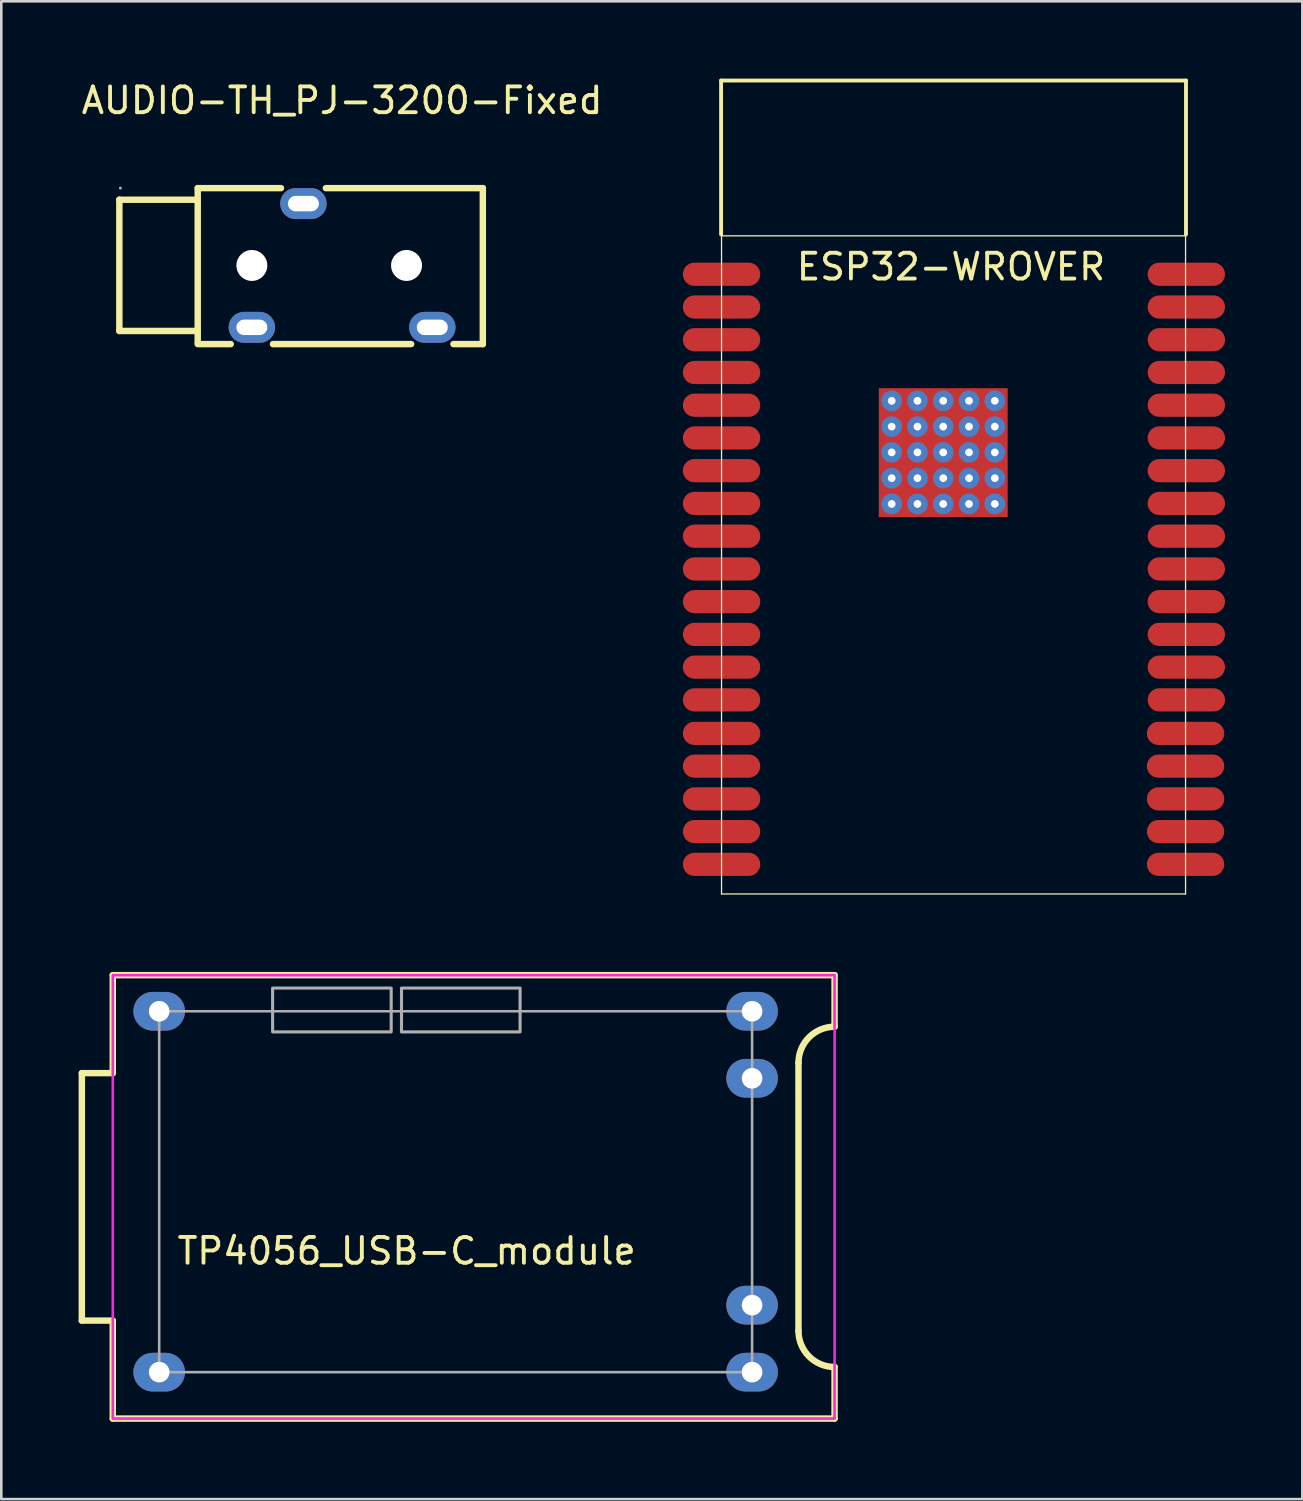
<source format=kicad_pcb>
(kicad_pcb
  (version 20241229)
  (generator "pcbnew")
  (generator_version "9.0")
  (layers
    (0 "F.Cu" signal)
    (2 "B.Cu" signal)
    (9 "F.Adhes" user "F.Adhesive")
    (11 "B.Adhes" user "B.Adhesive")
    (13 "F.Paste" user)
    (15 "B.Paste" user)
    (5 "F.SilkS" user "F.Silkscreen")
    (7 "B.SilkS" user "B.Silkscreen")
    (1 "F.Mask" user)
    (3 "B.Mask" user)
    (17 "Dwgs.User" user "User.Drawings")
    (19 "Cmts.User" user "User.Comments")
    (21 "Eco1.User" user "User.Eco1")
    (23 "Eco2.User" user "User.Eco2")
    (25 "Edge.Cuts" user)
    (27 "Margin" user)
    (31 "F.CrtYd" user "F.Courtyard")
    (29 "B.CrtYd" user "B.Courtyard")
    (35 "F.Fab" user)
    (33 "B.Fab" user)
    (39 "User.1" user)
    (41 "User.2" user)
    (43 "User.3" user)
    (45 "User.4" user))
  (footprint "AUDIO-TH_PJ-3200-Fixed"
    (layer "F.Cu")
    (at 10.22 7.248)
    (property "Reference" "AUDIO-TH_PJ-3200-Fixed" (at 0 -6.4 180) (layer "F.SilkS") (effects (font (size 1 1) (thickness 0.15))))
    (attr through_hole)
    (fp_line (start -8.64 -2.55) (end -8.64 2.54) (stroke (width 0.25) (type solid)) (layer "F.SilkS"))
    (fp_line (start -8.64 2.54) (end -5.6 2.54) (stroke (width 0.25) (type solid)) (layer "F.SilkS"))
    (fp_line (start -5.6 -3) (end -5.6 3) (stroke (width 0.25) (type solid)) (layer "F.SilkS"))
    (fp_line (start -5.6 -3) (end -2.37 -3) (stroke (width 0.25) (type solid)) (layer "F.SilkS"))
    (fp_line (start -5.6 -2.55) (end -8.64 -2.55) (stroke (width 0.25) (type solid)) (layer "F.SilkS"))
    (fp_line (start -4.32 3.05) (end -5.6 3.05) (stroke (width 0.25) (type solid)) (layer "F.SilkS"))
    (fp_line (start -0.63 -3) (end 5.46 -3) (stroke (width 0.25) (type solid)) (layer "F.SilkS"))
    (fp_line (start 2.68 3.05) (end -2.68 3.05) (stroke (width 0.25) (type solid)) (layer "F.SilkS"))
    (fp_line (start 5.46 -3) (end 5.46 3.05) (stroke (width 0.25) (type solid)) (layer "F.SilkS"))
    (fp_line (start 5.46 3.05) (end 4.32 3.05) (stroke (width 0.25) (type solid)) (layer "F.SilkS"))
    (fp_circle (center -3.5 0) (end -3.31 0) (stroke (width 0.38) (type solid)) (fill no) (layer "Cmts.User"))
    (fp_circle (center 2.5 0) (end 2.69 0) (stroke (width 0.38) (type solid)) (fill no) (layer "Cmts.User"))
    (fp_circle (center -8.6 -3) (end -8.57 -3) (stroke (width 0.06) (type solid)) (fill no) (layer "F.Fab"))
    (pad "" np_thru_hole circle (at -3.5 0) (size 1.2 1.2) (drill 1.2) (layers "*.Cu" "*.Mask"))
    (pad "" np_thru_hole circle (at 2.5 0) (size 1.2 1.2) (drill 1.2) (layers "*.Cu" "*.Mask"))
    (pad "2" thru_hole oval (at -1.5 -2.4) (size 1.8 1.2) (drill oval 1.2 0.6) (layers "*.Cu" "*.Mask"))
    (pad "3" thru_hole oval (at -3.5 2.4) (size 1.8 1.2) (drill oval 1.2 0.6) (layers "*.Cu" "*.Mask"))
    (pad "4" thru_hole oval (at 3.5 2.4) (size 1.8 1.2) (drill oval 1.2 0.6) (layers "*.Cu" "*.Mask")))
  (footprint "TP4056_USB-C_module"
    (layer "F.Cu")
    (at 12.725 45.979)
    (property "Reference" "TP4056_USB-C_module" (at 0 -0.5 0) (unlocked yes) (layer "F.SilkS") (effects (font (size 1 1) (thickness 0.15))))
    (attr through_hole)
    (fp_line (start -12.6 -7.4) (end -12.6 2.2) (stroke (width 0.25) (type default)) (layer "F.SilkS"))
    (fp_line (start -12.6 2.2) (end -11.4 2.2) (stroke (width 0.25) (type default)) (layer "F.SilkS"))
    (fp_line (start -11.4 -11.2) (end -11.4 -7.4) (stroke (width 0.25) (type default)) (layer "F.SilkS"))
    (fp_line (start -11.4 -7.4) (end -12.6 -7.4) (stroke (width 0.25) (type default)) (layer "F.SilkS"))
    (fp_line (start -11.4 2.2) (end -11.4 6) (stroke (width 0.25) (type default)) (layer "F.SilkS"))
    (fp_line (start -11.4 6) (end 16.6 6) (stroke (width 0.25) (type default)) (layer "F.SilkS"))
    (fp_line (start 15.2 2.6) (end 15.2 -7.8) (stroke (width 0.25) (type default)) (layer "F.SilkS"))
    (fp_line (start 16.6 -11.2) (end -11.4 -11.2) (stroke (width 0.25) (type default)) (layer "F.SilkS"))
    (fp_line (start 16.6 -11.2) (end 16.6 -9.2) (stroke (width 0.25) (type default)) (layer "F.SilkS"))
    (fp_line (start 16.6 6) (end 16.6 4) (stroke (width 0.25) (type default)) (layer "F.SilkS"))
    (fp_arc (start 15.2 -7.8) (mid 15.610051 -8.789949) (end 16.6 -9.2) (stroke (width 0.25) (type default)) (layer "F.SilkS"))
    (fp_arc (start 16.6 4) (mid 15.610051 3.589949) (end 15.2 2.6) (stroke (width 0.25) (type default)) (layer "F.SilkS"))
    (fp_rect (start -11.4 -11.2) (end 16.6 6) (stroke (width 0.1) (type default)) (fill no) (layer "F.CrtYd"))
    (fp_rect (start -9.6 -9.8) (end 13.4 4.2) (stroke (width 0.1) (type default)) (fill no) (layer "F.Fab"))
    (fp_rect (start -5.2 -10.7) (end -0.6 -9) (stroke (width 0.12) (type default)) (fill no) (layer "F.Fab"))
    (fp_rect (start -0.2 -10.7) (end 4.4 -9) (stroke (width 0.12) (type default)) (fill no) (layer "F.Fab"))
    (pad "1" thru_hole oval (at 13.4 -9.8) (size 2 1.5) (drill 0.8) (layers "*.Cu" "*.Mask"))
    (pad "2" thru_hole oval (at 13.4 -7.2) (size 2 1.5) (drill 0.8) (layers "*.Cu" "*.Mask"))
    (pad "3" thru_hole oval (at 13.4 1.6) (size 2 1.5) (drill 0.8) (layers "*.Cu" "*.Mask"))
    (pad "4" thru_hole oval (at 13.4 4.2) (size 2 1.5) (drill 0.8) (layers "*.Cu" "*.Mask"))
    (pad "5" thru_hole oval (at -9.6 4.2) (size 2 1.5) (drill 0.8) (layers "*.Cu" "*.Mask"))
    (pad "6" thru_hole oval (at -9.6 -9.8) (size 2 1.5) (drill 0.8) (layers "*.Cu" "*.Mask")))
  (footprint "ESP32-WROVER"
    (layer "F.Cu")
    (at 33.94 6.679)
    (property "Reference" "ESP32-WROVER" (at -0.1 0.62 0) (layer "F.SilkS") (effects (font (size 1 1) (thickness 0.15))))
    (attr smd)
    (fp_line (start -9.017 -0.635) (end -9.017 -6.604) (stroke (width 0.15) (type solid)) (layer "F.SilkS"))
    (fp_line (start -9 -0.58) (end 9 -0.58) (stroke (width 0.05) (type solid)) (layer "F.SilkS"))
    (fp_line (start -9 24.95) (end -9 -0.58) (stroke (width 0.05) (type solid)) (layer "F.SilkS"))
    (fp_line (start 9 -0.58) (end 9 24.95) (stroke (width 0.05) (type solid)) (layer "F.SilkS"))
    (fp_line (start 9 24.95) (end -9 24.95) (stroke (width 0.05) (type solid)) (layer "F.SilkS"))
    (fp_line (start 9.017 -6.604) (end -9.017 -6.604) (stroke (width 0.15) (type solid)) (layer "F.SilkS"))
    (fp_line (start 9.017 -0.635) (end 9.017 -6.604) (stroke (width 0.15) (type solid)) (layer "F.SilkS"))
    (pad "1" smd oval (at -9 0.91) (size 3 0.9) (layers "F.Cu" "F.Mask" "F.Paste"))
    (pad "2" smd oval (at -9 2.18) (size 3 0.9) (layers "F.Cu" "F.Mask" "F.Paste"))
    (pad "3" smd oval (at -9 3.45) (size 3 0.9) (layers "F.Cu" "F.Mask" "F.Paste"))
    (pad "4" smd oval (at -9 4.72) (size 3 0.9) (layers "F.Cu" "F.Mask" "F.Paste"))
    (pad "5" smd oval (at -9 5.99) (size 3 0.9) (layers "F.Cu" "F.Mask" "F.Paste"))
    (pad "6" smd oval (at -9 7.26) (size 3 0.9) (layers "F.Cu" "F.Mask" "F.Paste"))
    (pad "7" smd oval (at -9 8.53) (size 3 0.9) (layers "F.Cu" "F.Mask" "F.Paste"))
    (pad "8" smd oval (at -9 9.8) (size 3 0.9) (layers "F.Cu" "F.Mask" "F.Paste"))
    (pad "9" smd oval (at -9 11.07) (size 3 0.9) (layers "F.Cu" "F.Mask" "F.Paste"))
    (pad "10" smd oval (at -9 12.34) (size 3 0.9) (layers "F.Cu" "F.Mask" "F.Paste"))
    (pad "11" smd oval (at -9 13.61) (size 3 0.9) (layers "F.Cu" "F.Mask" "F.Paste"))
    (pad "12" smd oval (at -9 14.88) (size 3 0.9) (layers "F.Cu" "F.Mask" "F.Paste"))
    (pad "13" smd oval (at -9 16.15) (size 3 0.9) (layers "F.Cu" "F.Mask" "F.Paste"))
    (pad "14" smd oval (at -9 17.42) (size 3 0.9) (layers "F.Cu" "F.Mask" "F.Paste"))
    (pad "15" smd oval (at -9 18.72) (size 3 0.9) (layers "F.Cu" "F.Mask" "F.Paste"))
    (pad "16" smd oval (at -9 19.99) (size 3 0.9) (layers "F.Cu" "F.Mask" "F.Paste"))
    (pad "17" smd oval (at -9 21.26) (size 3 0.9) (layers "F.Cu" "F.Mask" "F.Paste"))
    (pad "18" smd oval (at -9 22.53) (size 3 0.9) (layers "F.Cu" "F.Mask" "F.Paste"))
    (pad "19" smd oval (at -9 23.8) (size 3 0.9) (layers "F.Cu" "F.Mask" "F.Paste"))
    (pad "20" smd oval (at 9 23.8) (size 3 0.9) (layers "F.Cu" "F.Mask" "F.Paste"))
    (pad "21" smd oval (at 9 22.53) (size 3 0.9) (layers "F.Cu" "F.Mask" "F.Paste"))
    (pad "22" smd oval (at 9 21.26) (size 3 0.9) (layers "F.Cu" "F.Mask" "F.Paste"))
    (pad "23" smd oval (at 9 19.99) (size 3 0.9) (layers "F.Cu" "F.Mask" "F.Paste"))
    (pad "24" smd oval (at 9 18.72) (size 3 0.9) (layers "F.Cu" "F.Mask" "F.Paste"))
    (pad "25" smd oval (at 9.03 17.42) (size 3 0.9) (layers "F.Cu" "F.Mask" "F.Paste"))
    (pad "26" smd oval (at 9.03 16.15) (size 3 0.9) (layers "F.Cu" "F.Mask" "F.Paste"))
    (pad "27" smd oval (at 9.03 14.88) (size 3 0.9) (layers "F.Cu" "F.Mask" "F.Paste"))
    (pad "28" smd oval (at 9.03 13.61) (size 3 0.9) (layers "F.Cu" "F.Mask" "F.Paste"))
    (pad "29" smd oval (at 9.03 12.34) (size 3 0.9) (layers "F.Cu" "F.Mask" "F.Paste"))
    (pad "30" smd oval (at 9.03 11.07) (size 3 0.9) (layers "F.Cu" "F.Mask" "F.Paste"))
    (pad "31" smd oval (at 9.03 9.8) (size 3 0.9) (layers "F.Cu" "F.Mask" "F.Paste"))
    (pad "32" smd oval (at 9.03 8.53) (size 3 0.9) (layers "F.Cu" "F.Mask" "F.Paste"))
    (pad "33" smd oval (at 9.03 7.26) (size 3 0.9) (layers "F.Cu" "F.Mask" "F.Paste"))
    (pad "34" smd oval (at 9.03 5.99) (size 3 0.9) (layers "F.Cu" "F.Mask" "F.Paste"))
    (pad "35" smd oval (at 9.03 4.72) (size 3 0.9) (layers "F.Cu" "F.Mask" "F.Paste"))
    (pad "36" smd oval (at 9.03 3.45) (size 3 0.9) (layers "F.Cu" "F.Mask" "F.Paste"))
    (pad "37" smd oval (at 9.03 2.18) (size 3 0.9) (layers "F.Cu" "F.Mask" "F.Paste"))
    (pad "38" smd oval (at 9.03 0.91) (size 3 0.9) (layers "F.Cu" "F.Mask" "F.Paste"))
    (pad "39" thru_hole circle (at -2.4 5.82) (size 0.8 0.8) (drill 0.3) (layers "*.Cu" "*.Mask"))
    (pad "39" thru_hole circle (at -2.4 6.82) (size 0.8 0.8) (drill 0.3) (layers "*.Cu" "*.Mask"))
    (pad "39" thru_hole circle (at -2.4 7.82) (size 0.8 0.8) (drill 0.3) (layers "*.Cu" "*.Mask"))
    (pad "39" thru_hole circle (at -2.4 8.82) (size 0.8 0.8) (drill 0.3) (layers "*.Cu" "*.Mask"))
    (pad "39" thru_hole circle (at -2.4 9.82) (size 0.8 0.8) (drill 0.3) (layers "*.Cu" "*.Mask"))
    (pad "39" thru_hole circle (at -1.4 5.82) (size 0.8 0.8) (drill 0.3) (layers "*.Cu" "*.Mask"))
    (pad "39" thru_hole circle (at -1.4 6.82) (size 0.8 0.8) (drill 0.3) (layers "*.Cu" "*.Mask"))
    (pad "39" thru_hole circle (at -1.4 7.82) (size 0.8 0.8) (drill 0.3) (layers "*.Cu" "*.Mask"))
    (pad "39" thru_hole circle (at -1.4 8.82) (size 0.8 0.8) (drill 0.3) (layers "*.Cu" "*.Mask"))
    (pad "39" thru_hole circle (at -1.4 9.82) (size 0.8 0.8) (drill 0.3) (layers "*.Cu" "*.Mask"))
    (pad "39" thru_hole circle (at -0.4 5.82) (size 0.8 0.8) (drill 0.3) (layers "*.Cu" "*.Mask"))
    (pad "39" thru_hole circle (at -0.4 6.82) (size 0.8 0.8) (drill 0.3) (layers "*.Cu" "*.Mask"))
    (pad "39" thru_hole circle (at -0.4 7.82) (size 0.8 0.8) (drill 0.3) (layers "*.Cu" "*.Mask"))
    (pad "39" smd rect (at -0.4 7.83) (size 5 5) (layers "F.Cu" "F.Mask" "F.Paste"))
    (pad "39" thru_hole circle (at -0.4 8.82) (size 0.8 0.8) (drill 0.3) (layers "*.Cu" "*.Mask"))
    (pad "39" thru_hole circle (at -0.4 9.82) (size 0.8 0.8) (drill 0.3) (layers "*.Cu" "*.Mask"))
    (pad "39" thru_hole circle (at 0.6 5.82) (size 0.8 0.8) (drill 0.3) (layers "*.Cu" "*.Mask"))
    (pad "39" thru_hole circle (at 0.6 6.82) (size 0.8 0.8) (drill 0.3) (layers "*.Cu" "*.Mask"))
    (pad "39" thru_hole circle (at 0.6 7.82) (size 0.8 0.8) (drill 0.3) (layers "*.Cu" "*.Mask"))
    (pad "39" thru_hole circle (at 0.6 8.82) (size 0.8 0.8) (drill 0.3) (layers "*.Cu" "*.Mask"))
    (pad "39" thru_hole circle (at 0.6 9.82) (size 0.8 0.8) (drill 0.3) (layers "*.Cu" "*.Mask"))
    (pad "39" thru_hole circle (at 1.6 5.82) (size 0.8 0.8) (drill 0.3) (layers "*.Cu" "*.Mask"))
    (pad "39" thru_hole circle (at 1.6 6.82) (size 0.8 0.8) (drill 0.3) (layers "*.Cu" "*.Mask"))
    (pad "39" thru_hole circle (at 1.6 7.82) (size 0.8 0.8) (drill 0.3) (layers "*.Cu" "*.Mask"))
    (pad "39" thru_hole circle (at 1.6 8.82) (size 0.8 0.8) (drill 0.3) (layers "*.Cu" "*.Mask"))
    (pad "39" thru_hole circle (at 1.6 9.82) (size 0.8 0.8) (drill 0.3) (layers "*.Cu" "*.Mask")))
  (gr_rect
    (start -3 -3)
    (end 47.47 55.104)
    (stroke (width 0.1) (type default))
    (fill no)
    (layer "Edge.Cuts")))
</source>
